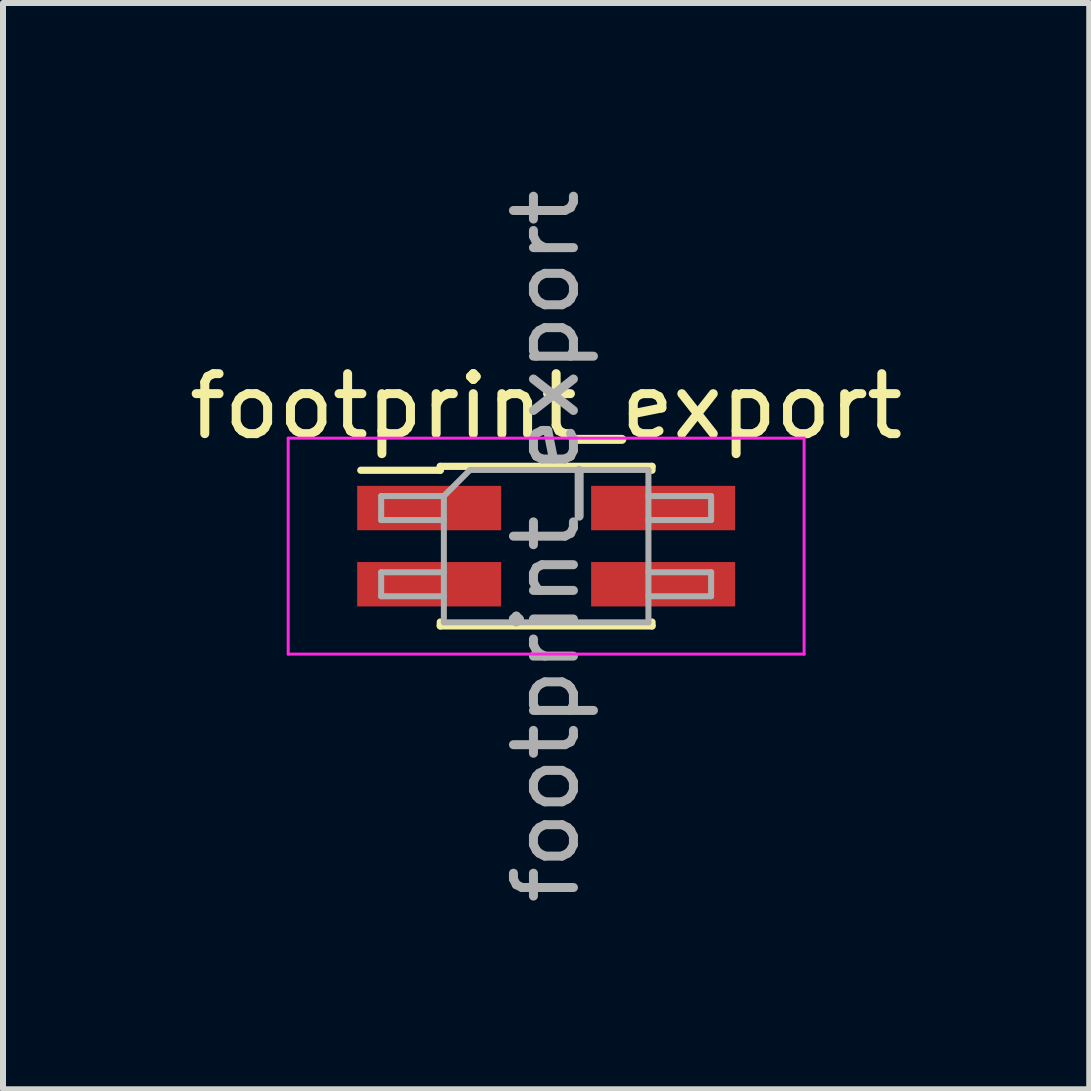
<source format=kicad_pcb>
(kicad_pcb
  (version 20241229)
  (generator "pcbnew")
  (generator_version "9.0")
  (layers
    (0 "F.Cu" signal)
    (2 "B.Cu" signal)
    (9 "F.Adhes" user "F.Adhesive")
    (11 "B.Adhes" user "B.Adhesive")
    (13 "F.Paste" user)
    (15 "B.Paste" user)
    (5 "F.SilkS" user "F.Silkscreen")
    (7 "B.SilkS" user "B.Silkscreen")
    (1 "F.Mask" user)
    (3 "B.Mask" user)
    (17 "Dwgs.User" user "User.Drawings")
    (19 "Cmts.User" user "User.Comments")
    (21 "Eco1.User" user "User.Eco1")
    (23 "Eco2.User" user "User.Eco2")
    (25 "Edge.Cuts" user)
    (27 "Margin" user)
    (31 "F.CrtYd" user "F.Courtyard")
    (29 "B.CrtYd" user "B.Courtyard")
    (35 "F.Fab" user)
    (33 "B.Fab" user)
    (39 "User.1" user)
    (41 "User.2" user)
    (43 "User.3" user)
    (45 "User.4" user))
  (footprint "footprint_export"
    (layer "F.Cu")
    (at 6.054 6.054)
    (property "Reference" "footprint_export" (at 0 -2.33 0) (layer "F.SilkS") (effects (font (size 1 1) (thickness 0.15))))
    (attr smd)
    (fp_line (start -3.09 -1.265) (end -1.765 -1.265) (stroke (width 0.12) (type solid)) (layer "F.SilkS"))
    (fp_line (start -1.765 -1.33) (end -1.765 -1.265) (stroke (width 0.12) (type solid)) (layer "F.SilkS"))
    (fp_line (start -1.765 -1.33) (end 1.765 -1.33) (stroke (width 0.12) (type solid)) (layer "F.SilkS"))
    (fp_line (start -1.765 1.265) (end -1.765 1.33) (stroke (width 0.12) (type solid)) (layer "F.SilkS"))
    (fp_line (start -1.765 1.33) (end 1.765 1.33) (stroke (width 0.12) (type solid)) (layer "F.SilkS"))
    (fp_line (start 1.765 -1.33) (end 1.765 -1.265) (stroke (width 0.12) (type solid)) (layer "F.SilkS"))
    (fp_line (start 1.765 1.265) (end 1.765 1.33) (stroke (width 0.12) (type solid)) (layer "F.SilkS"))
    (fp_line (start -4.3 -1.8) (end -4.3 1.8) (stroke (width 0.05) (type solid)) (layer "F.CrtYd"))
    (fp_line (start -4.3 1.8) (end 4.3 1.8) (stroke (width 0.05) (type solid)) (layer "F.CrtYd"))
    (fp_line (start 4.3 -1.8) (end -4.3 -1.8) (stroke (width 0.05) (type solid)) (layer "F.CrtYd"))
    (fp_line (start 4.3 1.8) (end 4.3 -1.8) (stroke (width 0.05) (type solid)) (layer "F.CrtYd"))
    (fp_line (start -2.75 -0.835) (end -2.75 -0.435) (stroke (width 0.1) (type solid)) (layer "F.Fab"))
    (fp_line (start -2.75 -0.435) (end -1.705 -0.435) (stroke (width 0.1) (type solid)) (layer "F.Fab"))
    (fp_line (start -2.75 0.435) (end -2.75 0.835) (stroke (width 0.1) (type solid)) (layer "F.Fab"))
    (fp_line (start -2.75 0.835) (end -1.705 0.835) (stroke (width 0.1) (type solid)) (layer "F.Fab"))
    (fp_line (start -1.705 -0.835) (end -2.75 -0.835) (stroke (width 0.1) (type solid)) (layer "F.Fab"))
    (fp_line (start -1.705 -0.835) (end -1.27 -1.27) (stroke (width 0.1) (type solid)) (layer "F.Fab"))
    (fp_line (start -1.705 0.435) (end -2.75 0.435) (stroke (width 0.1) (type solid)) (layer "F.Fab"))
    (fp_line (start -1.705 1.27) (end -1.705 -0.835) (stroke (width 0.1) (type solid)) (layer "F.Fab"))
    (fp_line (start -1.27 -1.27) (end 1.705 -1.27) (stroke (width 0.1) (type solid)) (layer "F.Fab"))
    (fp_line (start 1.705 -1.27) (end 1.705 1.27) (stroke (width 0.1) (type solid)) (layer "F.Fab"))
    (fp_line (start 1.705 -0.835) (end 2.75 -0.835) (stroke (width 0.1) (type solid)) (layer "F.Fab"))
    (fp_line (start 1.705 0.435) (end 2.75 0.435) (stroke (width 0.1) (type solid)) (layer "F.Fab"))
    (fp_line (start 1.705 1.27) (end -1.705 1.27) (stroke (width 0.1) (type solid)) (layer "F.Fab"))
    (fp_line (start 2.75 -0.835) (end 2.75 -0.435) (stroke (width 0.1) (type solid)) (layer "F.Fab"))
    (fp_line (start 2.75 -0.435) (end 1.705 -0.435) (stroke (width 0.1) (type solid)) (layer "F.Fab"))
    (fp_line (start 2.75 0.435) (end 2.75 0.835) (stroke (width 0.1) (type solid)) (layer "F.Fab"))
    (fp_line (start 2.75 0.835) (end 1.705 0.835) (stroke (width 0.1) (type solid)) (layer "F.Fab"))
    (fp_text user "${REFERENCE}" (at 0 0 90) (layer "F.Fab") (effects (font (size 1 1) (thickness 0.15))))
    (pad "1" smd rect (at -1.95 -0.635) (size 2.4 0.74) (layers "F.Cu" "F.Mask" "F.Paste"))
    (pad "2" smd rect (at 1.95 -0.635) (size 2.4 0.74) (layers "F.Cu" "F.Mask" "F.Paste"))
    (pad "3" smd rect (at -1.95 0.635) (size 2.4 0.74) (layers "F.Cu" "F.Mask" "F.Paste"))
    (pad "4" smd rect (at 1.95 0.635) (size 2.4 0.74) (layers "F.Cu" "F.Mask" "F.Paste")))
  (gr_rect
    (start -3 -3)
    (end 15.107 15.107)
    (stroke (width 0.1) (type default))
    (fill no)
    (layer "Edge.Cuts")))
</source>
